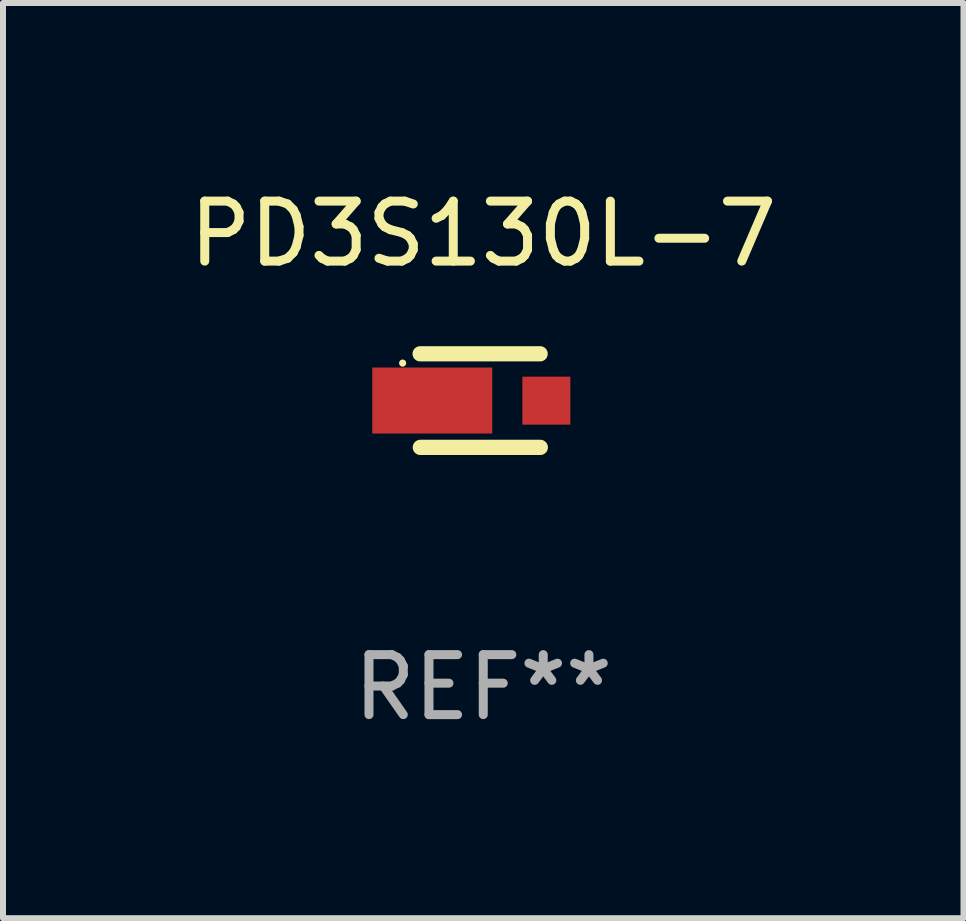
<source format=kicad_pcb>
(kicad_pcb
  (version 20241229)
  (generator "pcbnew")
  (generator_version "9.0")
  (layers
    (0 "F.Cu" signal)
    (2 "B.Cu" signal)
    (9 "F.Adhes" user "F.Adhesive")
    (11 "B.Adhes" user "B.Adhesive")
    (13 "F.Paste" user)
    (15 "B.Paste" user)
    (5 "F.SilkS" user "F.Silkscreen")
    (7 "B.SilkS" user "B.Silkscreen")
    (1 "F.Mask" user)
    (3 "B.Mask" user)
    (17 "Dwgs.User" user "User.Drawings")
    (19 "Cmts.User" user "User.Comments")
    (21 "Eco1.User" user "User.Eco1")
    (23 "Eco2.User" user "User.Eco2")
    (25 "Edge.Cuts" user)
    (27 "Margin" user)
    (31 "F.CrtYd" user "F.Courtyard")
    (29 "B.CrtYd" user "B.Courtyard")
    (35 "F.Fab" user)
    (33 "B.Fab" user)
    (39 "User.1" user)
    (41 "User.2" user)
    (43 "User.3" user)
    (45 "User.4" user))
  (footprint "PD3S130L-7"
    (layer "F.Cu")
    (at 5.006 3.628)
    (property "Reference" "PD3S130L-7" (at 0 -2.78 0) (layer "F.SilkS") (effects (font (size 1 1) (thickness 0.15))))
    (attr through_hole)
    (fp_line (start -1.049 0.78) (end 0.951 0.78) (stroke (width 0.254) (type solid)) (layer "F.SilkS"))
    (fp_line (start 0.948 -0.78) (end -1.052 -0.78) (stroke (width 0.254) (type solid)) (layer "F.SilkS"))
    (fp_circle (center -1.344 -0.625) (end -1.314 -0.625) (stroke (width 0.06) (type solid)) (fill no) (layer "F.SilkS"))
    (fp_text user "REF**" (at 0 4.78 0) (layer "F.Fab") (effects (font (size 1 1) (thickness 0.15))))
    (pad "1" smd rect (at -0.85 -0.001) (size 2 1.1) (layers "F.Cu" "F.Mask" "F.Paste"))
    (pad "2" smd rect (at 1.052 0.001) (size 0.8 0.8) (layers "F.Cu" "F.Mask" "F.Paste")))
  (gr_rect
    (start -3 -3)
    (end 13.012 12.257)
    (stroke (width 0.1) (type default))
    (fill no)
    (layer "Edge.Cuts")))
</source>
